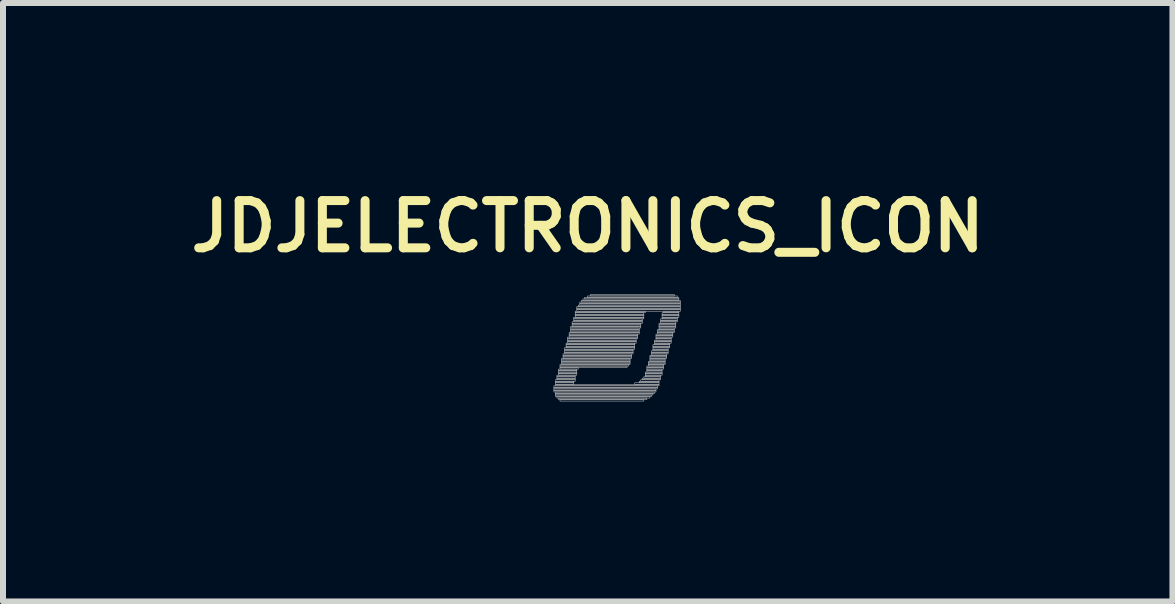
<source format=kicad_pcb>
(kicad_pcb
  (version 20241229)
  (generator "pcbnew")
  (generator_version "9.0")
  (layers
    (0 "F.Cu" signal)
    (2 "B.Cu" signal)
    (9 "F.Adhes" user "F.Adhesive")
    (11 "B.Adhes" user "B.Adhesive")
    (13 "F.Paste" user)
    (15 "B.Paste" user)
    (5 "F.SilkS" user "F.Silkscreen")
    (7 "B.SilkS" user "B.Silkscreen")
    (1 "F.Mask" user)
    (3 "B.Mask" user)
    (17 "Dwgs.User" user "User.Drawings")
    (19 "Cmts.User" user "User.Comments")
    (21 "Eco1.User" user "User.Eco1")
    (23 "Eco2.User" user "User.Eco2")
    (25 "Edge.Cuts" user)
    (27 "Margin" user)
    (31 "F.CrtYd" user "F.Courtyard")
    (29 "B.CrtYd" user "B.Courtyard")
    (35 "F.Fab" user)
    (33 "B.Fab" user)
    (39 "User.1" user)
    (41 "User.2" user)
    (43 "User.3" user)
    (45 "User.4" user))
  (footprint "JDJELECTRONICS_ICON"
    (layer "F.Cu")
    (at 6.245 3.724)
    (property "Reference" "JDJELECTRONICS_ICON" (at 0.5 -3 0) (layer "F.SilkS") (effects (font (size 0.787 0.787) (thickness 0.15))))
    (attr smd)
    (fp_poly (pts (xy -0.064 -0.343) (xy 1.664 -0.343) (xy 1.664 -0.318) (xy -0.064 -0.318)) (stroke (width 0.01) (type solid)) (fill yes) (layer "F.Mask"))
    (fp_poly (pts (xy -0.064 -0.318) (xy 1.664 -0.318) (xy 1.664 -0.292) (xy -0.064 -0.292)) (stroke (width 0.01) (type solid)) (fill yes) (layer "F.Mask"))
    (fp_poly (pts (xy -0.064 -0.292) (xy 1.638 -0.292) (xy 1.638 -0.267) (xy -0.064 -0.267)) (stroke (width 0.01) (type solid)) (fill yes) (layer "F.Mask"))
    (fp_poly (pts (xy -0.064 -0.267) (xy 1.638 -0.267) (xy 1.638 -0.241) (xy -0.064 -0.241)) (stroke (width 0.01) (type solid)) (fill yes) (layer "F.Mask"))
    (fp_poly (pts (xy -0.038 -0.445) (xy 0.292 -0.445) (xy 0.292 -0.419) (xy -0.038 -0.419)) (stroke (width 0.01) (type solid)) (fill yes) (layer "F.Mask"))
    (fp_poly (pts (xy -0.038 -0.419) (xy 0.267 -0.419) (xy 0.267 -0.394) (xy -0.038 -0.394)) (stroke (width 0.01) (type solid)) (fill yes) (layer "F.Mask"))
    (fp_poly (pts (xy -0.038 -0.394) (xy 0.267 -0.394) (xy 0.267 -0.368) (xy -0.038 -0.368)) (stroke (width 0.01) (type solid)) (fill yes) (layer "F.Mask"))
    (fp_poly (pts (xy -0.038 -0.368) (xy 1.689 -0.368) (xy 1.689 -0.343) (xy -0.038 -0.343)) (stroke (width 0.01) (type solid)) (fill yes) (layer "F.Mask"))
    (fp_poly (pts (xy -0.038 -0.241) (xy 1.613 -0.241) (xy 1.613 -0.216) (xy -0.038 -0.216)) (stroke (width 0.01) (type solid)) (fill yes) (layer "F.Mask"))
    (fp_poly (pts (xy -0.038 -0.216) (xy 1.587 -0.216) (xy 1.587 -0.191) (xy -0.038 -0.191)) (stroke (width 0.01) (type solid)) (fill yes) (layer "F.Mask"))
    (fp_poly (pts (xy -0.038 -0.191) (xy 1.562 -0.191) (xy 1.562 -0.165) (xy -0.038 -0.165)) (stroke (width 0.01) (type solid)) (fill yes) (layer "F.Mask"))
    (fp_poly (pts (xy -0.013 -0.521) (xy 0.292 -0.521) (xy 0.292 -0.495) (xy -0.013 -0.495)) (stroke (width 0.01) (type solid)) (fill yes) (layer "F.Mask"))
    (fp_poly (pts (xy -0.013 -0.495) (xy 0.292 -0.495) (xy 0.292 -0.47) (xy -0.013 -0.47)) (stroke (width 0.01) (type solid)) (fill yes) (layer "F.Mask"))
    (fp_poly (pts (xy -0.013 -0.47) (xy 0.292 -0.47) (xy 0.292 -0.445) (xy -0.013 -0.445)) (stroke (width 0.01) (type solid)) (fill yes) (layer "F.Mask"))
    (fp_poly (pts (xy -0.013 -0.165) (xy 1.537 -0.165) (xy 1.537 -0.14) (xy -0.013 -0.14)) (stroke (width 0.01) (type solid)) (fill yes) (layer "F.Mask"))
    (fp_poly (pts (xy 0.013 -0.622) (xy 0.318 -0.622) (xy 0.318 -0.597) (xy 0.013 -0.597)) (stroke (width 0.01) (type solid)) (fill yes) (layer "F.Mask"))
    (fp_poly (pts (xy 0.013 -0.597) (xy 0.318 -0.597) (xy 0.318 -0.572) (xy 0.013 -0.572)) (stroke (width 0.01) (type solid)) (fill yes) (layer "F.Mask"))
    (fp_poly (pts (xy 0.013 -0.572) (xy 0.318 -0.572) (xy 0.318 -0.546) (xy 0.013 -0.546)) (stroke (width 0.01) (type solid)) (fill yes) (layer "F.Mask"))
    (fp_poly (pts (xy 0.013 -0.546) (xy 0.318 -0.546) (xy 0.318 -0.521) (xy 0.013 -0.521)) (stroke (width 0.01) (type solid)) (fill yes) (layer "F.Mask"))
    (fp_poly (pts (xy 0.013 -0.14) (xy 1.486 -0.14) (xy 1.486 -0.114) (xy 0.013 -0.114)) (stroke (width 0.01) (type solid)) (fill yes) (layer "F.Mask"))
    (fp_poly (pts (xy 0.038 -0.699) (xy 1.181 -0.699) (xy 1.181 -0.673) (xy 0.038 -0.673)) (stroke (width 0.01) (type solid)) (fill yes) (layer "F.Mask"))
    (fp_poly (pts (xy 0.038 -0.673) (xy 1.156 -0.673) (xy 1.156 -0.648) (xy 0.038 -0.648)) (stroke (width 0.01) (type solid)) (fill yes) (layer "F.Mask"))
    (fp_poly (pts (xy 0.038 -0.648) (xy 0.343 -0.648) (xy 0.343 -0.622) (xy 0.038 -0.622)) (stroke (width 0.01) (type solid)) (fill yes) (layer "F.Mask"))
    (fp_poly (pts (xy 0.038 -0.114) (xy 1.435 -0.114) (xy 1.435 -0.089) (xy 0.038 -0.089)) (stroke (width 0.01) (type solid)) (fill yes) (layer "F.Mask"))
    (fp_poly (pts (xy 0.064 -0.8) (xy 1.206 -0.8) (xy 1.206 -0.775) (xy 0.064 -0.775)) (stroke (width 0.01) (type solid)) (fill yes) (layer "F.Mask"))
    (fp_poly (pts (xy 0.064 -0.775) (xy 1.206 -0.775) (xy 1.206 -0.749) (xy 0.064 -0.749)) (stroke (width 0.01) (type solid)) (fill yes) (layer "F.Mask"))
    (fp_poly (pts (xy 0.064 -0.749) (xy 1.206 -0.749) (xy 1.206 -0.724) (xy 0.064 -0.724)) (stroke (width 0.01) (type solid)) (fill yes) (layer "F.Mask"))
    (fp_poly (pts (xy 0.064 -0.724) (xy 1.206 -0.724) (xy 1.206 -0.699) (xy 0.064 -0.699)) (stroke (width 0.01) (type solid)) (fill yes) (layer "F.Mask"))
    (fp_poly (pts (xy 0.089 -0.876) (xy 1.232 -0.876) (xy 1.232 -0.851) (xy 0.089 -0.851)) (stroke (width 0.01) (type solid)) (fill yes) (layer "F.Mask"))
    (fp_poly (pts (xy 0.089 -0.851) (xy 1.232 -0.851) (xy 1.232 -0.826) (xy 0.089 -0.826)) (stroke (width 0.01) (type solid)) (fill yes) (layer "F.Mask"))
    (fp_poly (pts (xy 0.089 -0.826) (xy 1.232 -0.826) (xy 1.232 -0.8) (xy 0.089 -0.8)) (stroke (width 0.01) (type solid)) (fill yes) (layer "F.Mask"))
    (fp_poly (pts (xy 0.114 -0.978) (xy 1.283 -0.978) (xy 1.283 -0.953) (xy 0.114 -0.953)) (stroke (width 0.01) (type solid)) (fill yes) (layer "F.Mask"))
    (fp_poly (pts (xy 0.114 -0.953) (xy 1.257 -0.953) (xy 1.257 -0.927) (xy 0.114 -0.927)) (stroke (width 0.01) (type solid)) (fill yes) (layer "F.Mask"))
    (fp_poly (pts (xy 0.114 -0.927) (xy 1.257 -0.927) (xy 1.257 -0.902) (xy 0.114 -0.902)) (stroke (width 0.01) (type solid)) (fill yes) (layer "F.Mask"))
    (fp_poly (pts (xy 0.114 -0.902) (xy 1.257 -0.902) (xy 1.257 -0.876) (xy 0.114 -0.876)) (stroke (width 0.01) (type solid)) (fill yes) (layer "F.Mask"))
    (fp_poly (pts (xy 0.14 -1.054) (xy 1.283 -1.054) (xy 1.283 -1.029) (xy 0.14 -1.029)) (stroke (width 0.01) (type solid)) (fill yes) (layer "F.Mask"))
    (fp_poly (pts (xy 0.14 -1.029) (xy 1.283 -1.029) (xy 1.283 -1.003) (xy 0.14 -1.003)) (stroke (width 0.01) (type solid)) (fill yes) (layer "F.Mask"))
    (fp_poly (pts (xy 0.14 -1.003) (xy 1.283 -1.003) (xy 1.283 -0.978) (xy 0.14 -0.978)) (stroke (width 0.01) (type solid)) (fill yes) (layer "F.Mask"))
    (fp_poly (pts (xy 0.165 -1.156) (xy 1.333 -1.156) (xy 1.333 -1.13) (xy 0.165 -1.13)) (stroke (width 0.01) (type solid)) (fill yes) (layer "F.Mask"))
    (fp_poly (pts (xy 0.165 -1.13) (xy 1.308 -1.13) (xy 1.308 -1.105) (xy 0.165 -1.105)) (stroke (width 0.01) (type solid)) (fill yes) (layer "F.Mask"))
    (fp_poly (pts (xy 0.165 -1.105) (xy 1.308 -1.105) (xy 1.308 -1.079) (xy 0.165 -1.079)) (stroke (width 0.01) (type solid)) (fill yes) (layer "F.Mask"))
    (fp_poly (pts (xy 0.165 -1.079) (xy 1.308 -1.079) (xy 1.308 -1.054) (xy 0.165 -1.054)) (stroke (width 0.01) (type solid)) (fill yes) (layer "F.Mask"))
    (fp_poly (pts (xy 0.191 -1.232) (xy 1.359 -1.232) (xy 1.359 -1.206) (xy 0.191 -1.206)) (stroke (width 0.01) (type solid)) (fill yes) (layer "F.Mask"))
    (fp_poly (pts (xy 0.191 -1.206) (xy 1.333 -1.206) (xy 1.333 -1.181) (xy 0.191 -1.181)) (stroke (width 0.01) (type solid)) (fill yes) (layer "F.Mask"))
    (fp_poly (pts (xy 0.191 -1.181) (xy 1.333 -1.181) (xy 1.333 -1.156) (xy 0.191 -1.156)) (stroke (width 0.01) (type solid)) (fill yes) (layer "F.Mask"))
    (fp_poly (pts (xy 0.216 -1.333) (xy 1.384 -1.333) (xy 1.384 -1.308) (xy 0.216 -1.308)) (stroke (width 0.01) (type solid)) (fill yes) (layer "F.Mask"))
    (fp_poly (pts (xy 0.216 -1.308) (xy 1.359 -1.308) (xy 1.359 -1.283) (xy 0.216 -1.283)) (stroke (width 0.01) (type solid)) (fill yes) (layer "F.Mask"))
    (fp_poly (pts (xy 0.216 -1.283) (xy 1.359 -1.283) (xy 1.359 -1.257) (xy 0.216 -1.257)) (stroke (width 0.01) (type solid)) (fill yes) (layer "F.Mask"))
    (fp_poly (pts (xy 0.216 -1.257) (xy 1.359 -1.257) (xy 1.359 -1.232) (xy 0.216 -1.232)) (stroke (width 0.01) (type solid)) (fill yes) (layer "F.Mask"))
    (fp_poly (pts (xy 0.241 -1.41) (xy 1.41 -1.41) (xy 1.41 -1.384) (xy 0.241 -1.384)) (stroke (width 0.01) (type solid)) (fill yes) (layer "F.Mask"))
    (fp_poly (pts (xy 0.241 -1.384) (xy 1.384 -1.384) (xy 1.384 -1.359) (xy 0.241 -1.359)) (stroke (width 0.01) (type solid)) (fill yes) (layer "F.Mask"))
    (fp_poly (pts (xy 0.241 -1.359) (xy 1.384 -1.359) (xy 1.384 -1.333) (xy 0.241 -1.333)) (stroke (width 0.01) (type solid)) (fill yes) (layer "F.Mask"))
    (fp_poly (pts (xy 0.267 -1.486) (xy 1.435 -1.486) (xy 1.435 -1.46) (xy 0.267 -1.46)) (stroke (width 0.01) (type solid)) (fill yes) (layer "F.Mask"))
    (fp_poly (pts (xy 0.267 -1.46) (xy 1.41 -1.46) (xy 1.41 -1.435) (xy 0.267 -1.435)) (stroke (width 0.01) (type solid)) (fill yes) (layer "F.Mask"))
    (fp_poly (pts (xy 0.267 -1.435) (xy 1.41 -1.435) (xy 1.41 -1.41) (xy 0.267 -1.41)) (stroke (width 0.01) (type solid)) (fill yes) (layer "F.Mask"))
    (fp_poly (pts (xy 0.292 -1.587) (xy 1.46 -1.587) (xy 1.46 -1.562) (xy 0.292 -1.562)) (stroke (width 0.01) (type solid)) (fill yes) (layer "F.Mask"))
    (fp_poly (pts (xy 0.292 -1.562) (xy 1.435 -1.562) (xy 1.435 -1.537) (xy 0.292 -1.537)) (stroke (width 0.01) (type solid)) (fill yes) (layer "F.Mask"))
    (fp_poly (pts (xy 0.292 -1.537) (xy 1.435 -1.537) (xy 1.435 -1.511) (xy 0.292 -1.511)) (stroke (width 0.01) (type solid)) (fill yes) (layer "F.Mask"))
    (fp_poly (pts (xy 0.292 -1.511) (xy 1.435 -1.511) (xy 1.435 -1.486) (xy 0.292 -1.486)) (stroke (width 0.01) (type solid)) (fill yes) (layer "F.Mask"))
    (fp_poly (pts (xy 0.318 -1.664) (xy 2.045 -1.664) (xy 2.045 -1.638) (xy 0.318 -1.638)) (stroke (width 0.01) (type solid)) (fill yes) (layer "F.Mask"))
    (fp_poly (pts (xy 0.318 -1.638) (xy 2.045 -1.638) (xy 2.045 -1.613) (xy 0.318 -1.613)) (stroke (width 0.01) (type solid)) (fill yes) (layer "F.Mask"))
    (fp_poly (pts (xy 0.318 -1.613) (xy 2.045 -1.613) (xy 2.045 -1.587) (xy 0.318 -1.587)) (stroke (width 0.01) (type solid)) (fill yes) (layer "F.Mask"))
    (fp_poly (pts (xy 0.343 -1.689) (xy 2.045 -1.689) (xy 2.045 -1.664) (xy 0.343 -1.664)) (stroke (width 0.01) (type solid)) (fill yes) (layer "F.Mask"))
    (fp_poly (pts (xy 0.368 -1.74) (xy 2.045 -1.74) (xy 2.045 -1.714) (xy 0.368 -1.714)) (stroke (width 0.01) (type solid)) (fill yes) (layer "F.Mask"))
    (fp_poly (pts (xy 0.368 -1.714) (xy 2.045 -1.714) (xy 2.045 -1.689) (xy 0.368 -1.689)) (stroke (width 0.01) (type solid)) (fill yes) (layer "F.Mask"))
    (fp_poly (pts (xy 0.394 -1.765) (xy 2.045 -1.765) (xy 2.045 -1.74) (xy 0.394 -1.74)) (stroke (width 0.01) (type solid)) (fill yes) (layer "F.Mask"))
    (fp_poly (pts (xy 0.419 -1.791) (xy 2.019 -1.791) (xy 2.019 -1.765) (xy 0.419 -1.765)) (stroke (width 0.01) (type solid)) (fill yes) (layer "F.Mask"))
    (fp_poly (pts (xy 0.445 -1.816) (xy 2.019 -1.816) (xy 2.019 -1.791) (xy 0.445 -1.791)) (stroke (width 0.01) (type solid)) (fill yes) (layer "F.Mask"))
    (fp_poly (pts (xy 0.495 -1.841) (xy 1.994 -1.841) (xy 1.994 -1.816) (xy 0.495 -1.816)) (stroke (width 0.01) (type solid)) (fill yes) (layer "F.Mask"))
    (fp_poly (pts (xy 0.546 -1.867) (xy 1.943 -1.867) (xy 1.943 -1.841) (xy 0.546 -1.841)) (stroke (width 0.01) (type solid)) (fill yes) (layer "F.Mask"))
    (fp_poly (pts (xy 1.283 -0.394) (xy 1.689 -0.394) (xy 1.689 -0.368) (xy 1.283 -0.368)) (stroke (width 0.01) (type solid)) (fill yes) (layer "F.Mask"))
    (fp_poly (pts (xy 1.359 -0.419) (xy 1.689 -0.419) (xy 1.689 -0.394) (xy 1.359 -0.394)) (stroke (width 0.01) (type solid)) (fill yes) (layer "F.Mask"))
    (fp_poly (pts (xy 1.384 -0.445) (xy 1.689 -0.445) (xy 1.689 -0.419) (xy 1.384 -0.419)) (stroke (width 0.01) (type solid)) (fill yes) (layer "F.Mask"))
    (fp_poly (pts (xy 1.41 -0.47) (xy 1.714 -0.47) (xy 1.714 -0.445) (xy 1.41 -0.445)) (stroke (width 0.01) (type solid)) (fill yes) (layer "F.Mask"))
    (fp_poly (pts (xy 1.435 -0.495) (xy 1.714 -0.495) (xy 1.714 -0.47) (xy 1.435 -0.47)) (stroke (width 0.01) (type solid)) (fill yes) (layer "F.Mask"))
    (fp_poly (pts (xy 1.46 -0.572) (xy 1.74 -0.572) (xy 1.74 -0.546) (xy 1.46 -0.546)) (stroke (width 0.01) (type solid)) (fill yes) (layer "F.Mask"))
    (fp_poly (pts (xy 1.46 -0.546) (xy 1.74 -0.546) (xy 1.74 -0.521) (xy 1.46 -0.521)) (stroke (width 0.01) (type solid)) (fill yes) (layer "F.Mask"))
    (fp_poly (pts (xy 1.46 -0.521) (xy 1.714 -0.521) (xy 1.714 -0.495) (xy 1.46 -0.495)) (stroke (width 0.01) (type solid)) (fill yes) (layer "F.Mask"))
    (fp_poly (pts (xy 1.486 -0.673) (xy 1.765 -0.673) (xy 1.765 -0.648) (xy 1.486 -0.648)) (stroke (width 0.01) (type solid)) (fill yes) (layer "F.Mask"))
    (fp_poly (pts (xy 1.486 -0.648) (xy 1.765 -0.648) (xy 1.765 -0.622) (xy 1.486 -0.622)) (stroke (width 0.01) (type solid)) (fill yes) (layer "F.Mask"))
    (fp_poly (pts (xy 1.486 -0.622) (xy 1.74 -0.622) (xy 1.74 -0.597) (xy 1.486 -0.597)) (stroke (width 0.01) (type solid)) (fill yes) (layer "F.Mask"))
    (fp_poly (pts (xy 1.486 -0.597) (xy 1.74 -0.597) (xy 1.74 -0.572) (xy 1.486 -0.572)) (stroke (width 0.01) (type solid)) (fill yes) (layer "F.Mask"))
    (fp_poly (pts (xy 1.511 -0.749) (xy 1.791 -0.749) (xy 1.791 -0.724) (xy 1.511 -0.724)) (stroke (width 0.01) (type solid)) (fill yes) (layer "F.Mask"))
    (fp_poly (pts (xy 1.511 -0.724) (xy 1.791 -0.724) (xy 1.791 -0.699) (xy 1.511 -0.699)) (stroke (width 0.01) (type solid)) (fill yes) (layer "F.Mask"))
    (fp_poly (pts (xy 1.511 -0.699) (xy 1.765 -0.699) (xy 1.765 -0.673) (xy 1.511 -0.673)) (stroke (width 0.01) (type solid)) (fill yes) (layer "F.Mask"))
    (fp_poly (pts (xy 1.537 -0.851) (xy 1.816 -0.851) (xy 1.816 -0.826) (xy 1.537 -0.826)) (stroke (width 0.01) (type solid)) (fill yes) (layer "F.Mask"))
    (fp_poly (pts (xy 1.537 -0.826) (xy 1.816 -0.826) (xy 1.816 -0.8) (xy 1.537 -0.8)) (stroke (width 0.01) (type solid)) (fill yes) (layer "F.Mask"))
    (fp_poly (pts (xy 1.537 -0.8) (xy 1.791 -0.8) (xy 1.791 -0.775) (xy 1.537 -0.775)) (stroke (width 0.01) (type solid)) (fill yes) (layer "F.Mask"))
    (fp_poly (pts (xy 1.537 -0.775) (xy 1.791 -0.775) (xy 1.791 -0.749) (xy 1.537 -0.749)) (stroke (width 0.01) (type solid)) (fill yes) (layer "F.Mask"))
    (fp_poly (pts (xy 1.562 -0.927) (xy 1.841 -0.927) (xy 1.841 -0.902) (xy 1.562 -0.902)) (stroke (width 0.01) (type solid)) (fill yes) (layer "F.Mask"))
    (fp_poly (pts (xy 1.562 -0.902) (xy 1.841 -0.902) (xy 1.841 -0.876) (xy 1.562 -0.876)) (stroke (width 0.01) (type solid)) (fill yes) (layer "F.Mask"))
    (fp_poly (pts (xy 1.562 -0.876) (xy 1.816 -0.876) (xy 1.816 -0.851) (xy 1.562 -0.851)) (stroke (width 0.01) (type solid)) (fill yes) (layer "F.Mask"))
    (fp_poly (pts (xy 1.587 -1.029) (xy 1.867 -1.029) (xy 1.867 -1.003) (xy 1.587 -1.003)) (stroke (width 0.01) (type solid)) (fill yes) (layer "F.Mask"))
    (fp_poly (pts (xy 1.587 -1.003) (xy 1.867 -1.003) (xy 1.867 -0.978) (xy 1.587 -0.978)) (stroke (width 0.01) (type solid)) (fill yes) (layer "F.Mask"))
    (fp_poly (pts (xy 1.587 -0.978) (xy 1.841 -0.978) (xy 1.841 -0.953) (xy 1.587 -0.953)) (stroke (width 0.01) (type solid)) (fill yes) (layer "F.Mask"))
    (fp_poly (pts (xy 1.587 -0.953) (xy 1.841 -0.953) (xy 1.841 -0.927) (xy 1.587 -0.927)) (stroke (width 0.01) (type solid)) (fill yes) (layer "F.Mask"))
    (fp_poly (pts (xy 1.613 -1.105) (xy 1.892 -1.105) (xy 1.892 -1.079) (xy 1.613 -1.079)) (stroke (width 0.01) (type solid)) (fill yes) (layer "F.Mask"))
    (fp_poly (pts (xy 1.613 -1.079) (xy 1.892 -1.079) (xy 1.892 -1.054) (xy 1.613 -1.054)) (stroke (width 0.01) (type solid)) (fill yes) (layer "F.Mask"))
    (fp_poly (pts (xy 1.613 -1.054) (xy 1.867 -1.054) (xy 1.867 -1.029) (xy 1.613 -1.029)) (stroke (width 0.01) (type solid)) (fill yes) (layer "F.Mask"))
    (fp_poly (pts (xy 1.638 -1.206) (xy 1.918 -1.206) (xy 1.918 -1.181) (xy 1.638 -1.181)) (stroke (width 0.01) (type solid)) (fill yes) (layer "F.Mask"))
    (fp_poly (pts (xy 1.638 -1.181) (xy 1.918 -1.181) (xy 1.918 -1.156) (xy 1.638 -1.156)) (stroke (width 0.01) (type solid)) (fill yes) (layer "F.Mask"))
    (fp_poly (pts (xy 1.638 -1.156) (xy 1.892 -1.156) (xy 1.892 -1.13) (xy 1.638 -1.13)) (stroke (width 0.01) (type solid)) (fill yes) (layer "F.Mask"))
    (fp_poly (pts (xy 1.638 -1.13) (xy 1.892 -1.13) (xy 1.892 -1.105) (xy 1.638 -1.105)) (stroke (width 0.01) (type solid)) (fill yes) (layer "F.Mask"))
    (fp_poly (pts (xy 1.664 -1.283) (xy 1.943 -1.283) (xy 1.943 -1.257) (xy 1.664 -1.257)) (stroke (width 0.01) (type solid)) (fill yes) (layer "F.Mask"))
    (fp_poly (pts (xy 1.664 -1.257) (xy 1.943 -1.257) (xy 1.943 -1.232) (xy 1.664 -1.232)) (stroke (width 0.01) (type solid)) (fill yes) (layer "F.Mask"))
    (fp_poly (pts (xy 1.664 -1.232) (xy 1.918 -1.232) (xy 1.918 -1.206) (xy 1.664 -1.206)) (stroke (width 0.01) (type solid)) (fill yes) (layer "F.Mask"))
    (fp_poly (pts (xy 1.689 -1.384) (xy 1.968 -1.384) (xy 1.968 -1.359) (xy 1.689 -1.359)) (stroke (width 0.01) (type solid)) (fill yes) (layer "F.Mask"))
    (fp_poly (pts (xy 1.689 -1.359) (xy 1.968 -1.359) (xy 1.968 -1.333) (xy 1.689 -1.333)) (stroke (width 0.01) (type solid)) (fill yes) (layer "F.Mask"))
    (fp_poly (pts (xy 1.689 -1.333) (xy 1.968 -1.333) (xy 1.968 -1.308) (xy 1.689 -1.308)) (stroke (width 0.01) (type solid)) (fill yes) (layer "F.Mask"))
    (fp_poly (pts (xy 1.689 -1.308) (xy 1.943 -1.308) (xy 1.943 -1.283) (xy 1.689 -1.283)) (stroke (width 0.01) (type solid)) (fill yes) (layer "F.Mask"))
    (fp_poly (pts (xy 1.714 -1.46) (xy 1.994 -1.46) (xy 1.994 -1.435) (xy 1.714 -1.435)) (stroke (width 0.01) (type solid)) (fill yes) (layer "F.Mask"))
    (fp_poly (pts (xy 1.714 -1.435) (xy 1.994 -1.435) (xy 1.994 -1.41) (xy 1.714 -1.41)) (stroke (width 0.01) (type solid)) (fill yes) (layer "F.Mask"))
    (fp_poly (pts (xy 1.714 -1.41) (xy 1.968 -1.41) (xy 1.968 -1.384) (xy 1.714 -1.384)) (stroke (width 0.01) (type solid)) (fill yes) (layer "F.Mask"))
    (fp_poly (pts (xy 1.74 -1.562) (xy 2.019 -1.562) (xy 2.019 -1.537) (xy 1.74 -1.537)) (stroke (width 0.01) (type solid)) (fill yes) (layer "F.Mask"))
    (fp_poly (pts (xy 1.74 -1.537) (xy 2.019 -1.537) (xy 2.019 -1.511) (xy 1.74 -1.511)) (stroke (width 0.01) (type solid)) (fill yes) (layer "F.Mask"))
    (fp_poly (pts (xy 1.74 -1.511) (xy 2.019 -1.511) (xy 2.019 -1.486) (xy 1.74 -1.486)) (stroke (width 0.01) (type solid)) (fill yes) (layer "F.Mask"))
    (fp_poly (pts (xy 1.74 -1.486) (xy 1.994 -1.486) (xy 1.994 -1.46) (xy 1.74 -1.46)) (stroke (width 0.01) (type solid)) (fill yes) (layer "F.Mask"))
    (fp_poly (pts (xy 1.765 -1.587) (xy 2.019 -1.587) (xy 2.019 -1.562) (xy 1.765 -1.562)) (stroke (width 0.01) (type solid)) (fill yes) (layer "F.Mask"))
    (fp_poly (pts (xy -0.064 -0.343) (xy 1.664 -0.343) (xy 1.664 -0.318) (xy -0.064 -0.318)) (stroke (width 0.01) (type solid)) (fill no) (layer "F.Fab"))
    (fp_poly (pts (xy -0.064 -0.318) (xy 1.664 -0.318) (xy 1.664 -0.292) (xy -0.064 -0.292)) (stroke (width 0.01) (type solid)) (fill no) (layer "F.Fab"))
    (fp_poly (pts (xy -0.064 -0.292) (xy 1.638 -0.292) (xy 1.638 -0.267) (xy -0.064 -0.267)) (stroke (width 0.01) (type solid)) (fill no) (layer "F.Fab"))
    (fp_poly (pts (xy -0.064 -0.267) (xy 1.638 -0.267) (xy 1.638 -0.241) (xy -0.064 -0.241)) (stroke (width 0.01) (type solid)) (fill no) (layer "F.Fab"))
    (fp_poly (pts (xy -0.038 -0.445) (xy 0.292 -0.445) (xy 0.292 -0.419) (xy -0.038 -0.419)) (stroke (width 0.01) (type solid)) (fill no) (layer "F.Fab"))
    (fp_poly (pts (xy -0.038 -0.419) (xy 0.267 -0.419) (xy 0.267 -0.394) (xy -0.038 -0.394)) (stroke (width 0.01) (type solid)) (fill no) (layer "F.Fab"))
    (fp_poly (pts (xy -0.038 -0.394) (xy 0.267 -0.394) (xy 0.267 -0.368) (xy -0.038 -0.368)) (stroke (width 0.01) (type solid)) (fill no) (layer "F.Fab"))
    (fp_poly (pts (xy -0.038 -0.368) (xy 1.689 -0.368) (xy 1.689 -0.343) (xy -0.038 -0.343)) (stroke (width 0.01) (type solid)) (fill no) (layer "F.Fab"))
    (fp_poly (pts (xy -0.038 -0.241) (xy 1.613 -0.241) (xy 1.613 -0.216) (xy -0.038 -0.216)) (stroke (width 0.01) (type solid)) (fill no) (layer "F.Fab"))
    (fp_poly (pts (xy -0.038 -0.216) (xy 1.587 -0.216) (xy 1.587 -0.191) (xy -0.038 -0.191)) (stroke (width 0.01) (type solid)) (fill no) (layer "F.Fab"))
    (fp_poly (pts (xy -0.038 -0.191) (xy 1.562 -0.191) (xy 1.562 -0.165) (xy -0.038 -0.165)) (stroke (width 0.01) (type solid)) (fill no) (layer "F.Fab"))
    (fp_poly (pts (xy -0.013 -0.521) (xy 0.292 -0.521) (xy 0.292 -0.495) (xy -0.013 -0.495)) (stroke (width 0.01) (type solid)) (fill no) (layer "F.Fab"))
    (fp_poly (pts (xy -0.013 -0.495) (xy 0.292 -0.495) (xy 0.292 -0.47) (xy -0.013 -0.47)) (stroke (width 0.01) (type solid)) (fill no) (layer "F.Fab"))
    (fp_poly (pts (xy -0.013 -0.47) (xy 0.292 -0.47) (xy 0.292 -0.445) (xy -0.013 -0.445)) (stroke (width 0.01) (type solid)) (fill no) (layer "F.Fab"))
    (fp_poly (pts (xy -0.013 -0.165) (xy 1.537 -0.165) (xy 1.537 -0.14) (xy -0.013 -0.14)) (stroke (width 0.01) (type solid)) (fill no) (layer "F.Fab"))
    (fp_poly (pts (xy 0.013 -0.622) (xy 0.318 -0.622) (xy 0.318 -0.597) (xy 0.013 -0.597)) (stroke (width 0.01) (type solid)) (fill no) (layer "F.Fab"))
    (fp_poly (pts (xy 0.013 -0.597) (xy 0.318 -0.597) (xy 0.318 -0.572) (xy 0.013 -0.572)) (stroke (width 0.01) (type solid)) (fill no) (layer "F.Fab"))
    (fp_poly (pts (xy 0.013 -0.572) (xy 0.318 -0.572) (xy 0.318 -0.546) (xy 0.013 -0.546)) (stroke (width 0.01) (type solid)) (fill no) (layer "F.Fab"))
    (fp_poly (pts (xy 0.013 -0.546) (xy 0.318 -0.546) (xy 0.318 -0.521) (xy 0.013 -0.521)) (stroke (width 0.01) (type solid)) (fill no) (layer "F.Fab"))
    (fp_poly (pts (xy 0.013 -0.14) (xy 1.486 -0.14) (xy 1.486 -0.114) (xy 0.013 -0.114)) (stroke (width 0.01) (type solid)) (fill no) (layer "F.Fab"))
    (fp_poly (pts (xy 0.038 -0.699) (xy 1.181 -0.699) (xy 1.181 -0.673) (xy 0.038 -0.673)) (stroke (width 0.01) (type solid)) (fill no) (layer "F.Fab"))
    (fp_poly (pts (xy 0.038 -0.673) (xy 1.156 -0.673) (xy 1.156 -0.648) (xy 0.038 -0.648)) (stroke (width 0.01) (type solid)) (fill no) (layer "F.Fab"))
    (fp_poly (pts (xy 0.038 -0.648) (xy 0.343 -0.648) (xy 0.343 -0.622) (xy 0.038 -0.622)) (stroke (width 0.01) (type solid)) (fill no) (layer "F.Fab"))
    (fp_poly (pts (xy 0.038 -0.114) (xy 1.435 -0.114) (xy 1.435 -0.089) (xy 0.038 -0.089)) (stroke (width 0.01) (type solid)) (fill no) (layer "F.Fab"))
    (fp_poly (pts (xy 0.064 -0.8) (xy 1.206 -0.8) (xy 1.206 -0.775) (xy 0.064 -0.775)) (stroke (width 0.01) (type solid)) (fill no) (layer "F.Fab"))
    (fp_poly (pts (xy 0.064 -0.775) (xy 1.206 -0.775) (xy 1.206 -0.749) (xy 0.064 -0.749)) (stroke (width 0.01) (type solid)) (fill no) (layer "F.Fab"))
    (fp_poly (pts (xy 0.064 -0.749) (xy 1.206 -0.749) (xy 1.206 -0.724) (xy 0.064 -0.724)) (stroke (width 0.01) (type solid)) (fill no) (layer "F.Fab"))
    (fp_poly (pts (xy 0.064 -0.724) (xy 1.206 -0.724) (xy 1.206 -0.699) (xy 0.064 -0.699)) (stroke (width 0.01) (type solid)) (fill no) (layer "F.Fab"))
    (fp_poly (pts (xy 0.089 -0.876) (xy 1.232 -0.876) (xy 1.232 -0.851) (xy 0.089 -0.851)) (stroke (width 0.01) (type solid)) (fill no) (layer "F.Fab"))
    (fp_poly (pts (xy 0.089 -0.851) (xy 1.232 -0.851) (xy 1.232 -0.826) (xy 0.089 -0.826)) (stroke (width 0.01) (type solid)) (fill no) (layer "F.Fab"))
    (fp_poly (pts (xy 0.089 -0.826) (xy 1.232 -0.826) (xy 1.232 -0.8) (xy 0.089 -0.8)) (stroke (width 0.01) (type solid)) (fill no) (layer "F.Fab"))
    (fp_poly (pts (xy 0.114 -0.978) (xy 1.283 -0.978) (xy 1.283 -0.953) (xy 0.114 -0.953)) (stroke (width 0.01) (type solid)) (fill no) (layer "F.Fab"))
    (fp_poly (pts (xy 0.114 -0.953) (xy 1.257 -0.953) (xy 1.257 -0.927) (xy 0.114 -0.927)) (stroke (width 0.01) (type solid)) (fill no) (layer "F.Fab"))
    (fp_poly (pts (xy 0.114 -0.927) (xy 1.257 -0.927) (xy 1.257 -0.902) (xy 0.114 -0.902)) (stroke (width 0.01) (type solid)) (fill no) (layer "F.Fab"))
    (fp_poly (pts (xy 0.114 -0.902) (xy 1.257 -0.902) (xy 1.257 -0.876) (xy 0.114 -0.876)) (stroke (width 0.01) (type solid)) (fill no) (layer "F.Fab"))
    (fp_poly (pts (xy 0.14 -1.054) (xy 1.283 -1.054) (xy 1.283 -1.029) (xy 0.14 -1.029)) (stroke (width 0.01) (type solid)) (fill no) (layer "F.Fab"))
    (fp_poly (pts (xy 0.14 -1.029) (xy 1.283 -1.029) (xy 1.283 -1.003) (xy 0.14 -1.003)) (stroke (width 0.01) (type solid)) (fill no) (layer "F.Fab"))
    (fp_poly (pts (xy 0.14 -1.003) (xy 1.283 -1.003) (xy 1.283 -0.978) (xy 0.14 -0.978)) (stroke (width 0.01) (type solid)) (fill no) (layer "F.Fab"))
    (fp_poly (pts (xy 0.165 -1.156) (xy 1.333 -1.156) (xy 1.333 -1.13) (xy 0.165 -1.13)) (stroke (width 0.01) (type solid)) (fill no) (layer "F.Fab"))
    (fp_poly (pts (xy 0.165 -1.13) (xy 1.308 -1.13) (xy 1.308 -1.105) (xy 0.165 -1.105)) (stroke (width 0.01) (type solid)) (fill no) (layer "F.Fab"))
    (fp_poly (pts (xy 0.165 -1.105) (xy 1.308 -1.105) (xy 1.308 -1.079) (xy 0.165 -1.079)) (stroke (width 0.01) (type solid)) (fill no) (layer "F.Fab"))
    (fp_poly (pts (xy 0.165 -1.079) (xy 1.308 -1.079) (xy 1.308 -1.054) (xy 0.165 -1.054)) (stroke (width 0.01) (type solid)) (fill no) (layer "F.Fab"))
    (fp_poly (pts (xy 0.191 -1.232) (xy 1.359 -1.232) (xy 1.359 -1.206) (xy 0.191 -1.206)) (stroke (width 0.01) (type solid)) (fill no) (layer "F.Fab"))
    (fp_poly (pts (xy 0.191 -1.206) (xy 1.333 -1.206) (xy 1.333 -1.181) (xy 0.191 -1.181)) (stroke (width 0.01) (type solid)) (fill no) (layer "F.Fab"))
    (fp_poly (pts (xy 0.191 -1.181) (xy 1.333 -1.181) (xy 1.333 -1.156) (xy 0.191 -1.156)) (stroke (width 0.01) (type solid)) (fill no) (layer "F.Fab"))
    (fp_poly (pts (xy 0.216 -1.333) (xy 1.384 -1.333) (xy 1.384 -1.308) (xy 0.216 -1.308)) (stroke (width 0.01) (type solid)) (fill no) (layer "F.Fab"))
    (fp_poly (pts (xy 0.216 -1.308) (xy 1.359 -1.308) (xy 1.359 -1.283) (xy 0.216 -1.283)) (stroke (width 0.01) (type solid)) (fill no) (layer "F.Fab"))
    (fp_poly (pts (xy 0.216 -1.283) (xy 1.359 -1.283) (xy 1.359 -1.257) (xy 0.216 -1.257)) (stroke (width 0.01) (type solid)) (fill no) (layer "F.Fab"))
    (fp_poly (pts (xy 0.216 -1.257) (xy 1.359 -1.257) (xy 1.359 -1.232) (xy 0.216 -1.232)) (stroke (width 0.01) (type solid)) (fill no) (layer "F.Fab"))
    (fp_poly (pts (xy 0.241 -1.41) (xy 1.41 -1.41) (xy 1.41 -1.384) (xy 0.241 -1.384)) (stroke (width 0.01) (type solid)) (fill no) (layer "F.Fab"))
    (fp_poly (pts (xy 0.241 -1.384) (xy 1.384 -1.384) (xy 1.384 -1.359) (xy 0.241 -1.359)) (stroke (width 0.01) (type solid)) (fill no) (layer "F.Fab"))
    (fp_poly (pts (xy 0.241 -1.359) (xy 1.384 -1.359) (xy 1.384 -1.333) (xy 0.241 -1.333)) (stroke (width 0.01) (type solid)) (fill no) (layer "F.Fab"))
    (fp_poly (pts (xy 0.267 -1.486) (xy 1.435 -1.486) (xy 1.435 -1.46) (xy 0.267 -1.46)) (stroke (width 0.01) (type solid)) (fill no) (layer "F.Fab"))
    (fp_poly (pts (xy 0.267 -1.46) (xy 1.41 -1.46) (xy 1.41 -1.435) (xy 0.267 -1.435)) (stroke (width 0.01) (type solid)) (fill no) (layer "F.Fab"))
    (fp_poly (pts (xy 0.267 -1.435) (xy 1.41 -1.435) (xy 1.41 -1.41) (xy 0.267 -1.41)) (stroke (width 0.01) (type solid)) (fill no) (layer "F.Fab"))
    (fp_poly (pts (xy 0.292 -1.587) (xy 1.46 -1.587) (xy 1.46 -1.562) (xy 0.292 -1.562)) (stroke (width 0.01) (type solid)) (fill no) (layer "F.Fab"))
    (fp_poly (pts (xy 0.292 -1.562) (xy 1.435 -1.562) (xy 1.435 -1.537) (xy 0.292 -1.537)) (stroke (width 0.01) (type solid)) (fill no) (layer "F.Fab"))
    (fp_poly (pts (xy 0.292 -1.537) (xy 1.435 -1.537) (xy 1.435 -1.511) (xy 0.292 -1.511)) (stroke (width 0.01) (type solid)) (fill no) (layer "F.Fab"))
    (fp_poly (pts (xy 0.292 -1.511) (xy 1.435 -1.511) (xy 1.435 -1.486) (xy 0.292 -1.486)) (stroke (width 0.01) (type solid)) (fill no) (layer "F.Fab"))
    (fp_poly (pts (xy 0.318 -1.664) (xy 2.045 -1.664) (xy 2.045 -1.638) (xy 0.318 -1.638)) (stroke (width 0.01) (type solid)) (fill no) (layer "F.Fab"))
    (fp_poly (pts (xy 0.318 -1.638) (xy 2.045 -1.638) (xy 2.045 -1.613) (xy 0.318 -1.613)) (stroke (width 0.01) (type solid)) (fill no) (layer "F.Fab"))
    (fp_poly (pts (xy 0.318 -1.613) (xy 2.045 -1.613) (xy 2.045 -1.587) (xy 0.318 -1.587)) (stroke (width 0.01) (type solid)) (fill no) (layer "F.Fab"))
    (fp_poly (pts (xy 0.343 -1.689) (xy 2.045 -1.689) (xy 2.045 -1.664) (xy 0.343 -1.664)) (stroke (width 0.01) (type solid)) (fill no) (layer "F.Fab"))
    (fp_poly (pts (xy 0.368 -1.74) (xy 2.045 -1.74) (xy 2.045 -1.714) (xy 0.368 -1.714)) (stroke (width 0.01) (type solid)) (fill no) (layer "F.Fab"))
    (fp_poly (pts (xy 0.368 -1.714) (xy 2.045 -1.714) (xy 2.045 -1.689) (xy 0.368 -1.689)) (stroke (width 0.01) (type solid)) (fill no) (layer "F.Fab"))
    (fp_poly (pts (xy 0.394 -1.765) (xy 2.045 -1.765) (xy 2.045 -1.74) (xy 0.394 -1.74)) (stroke (width 0.01) (type solid)) (fill no) (layer "F.Fab"))
    (fp_poly (pts (xy 0.419 -1.791) (xy 2.019 -1.791) (xy 2.019 -1.765) (xy 0.419 -1.765)) (stroke (width 0.01) (type solid)) (fill no) (layer "F.Fab"))
    (fp_poly (pts (xy 0.445 -1.816) (xy 2.019 -1.816) (xy 2.019 -1.791) (xy 0.445 -1.791)) (stroke (width 0.01) (type solid)) (fill no) (layer "F.Fab"))
    (fp_poly (pts (xy 0.495 -1.841) (xy 1.994 -1.841) (xy 1.994 -1.816) (xy 0.495 -1.816)) (stroke (width 0.01) (type solid)) (fill no) (layer "F.Fab"))
    (fp_poly (pts (xy 0.546 -1.867) (xy 1.943 -1.867) (xy 1.943 -1.841) (xy 0.546 -1.841)) (stroke (width 0.01) (type solid)) (fill no) (layer "F.Fab"))
    (fp_poly (pts (xy 1.283 -0.394) (xy 1.689 -0.394) (xy 1.689 -0.368) (xy 1.283 -0.368)) (stroke (width 0.01) (type solid)) (fill no) (layer "F.Fab"))
    (fp_poly (pts (xy 1.359 -0.419) (xy 1.689 -0.419) (xy 1.689 -0.394) (xy 1.359 -0.394)) (stroke (width 0.01) (type solid)) (fill no) (layer "F.Fab"))
    (fp_poly (pts (xy 1.384 -0.445) (xy 1.689 -0.445) (xy 1.689 -0.419) (xy 1.384 -0.419)) (stroke (width 0.01) (type solid)) (fill no) (layer "F.Fab"))
    (fp_poly (pts (xy 1.41 -0.47) (xy 1.714 -0.47) (xy 1.714 -0.445) (xy 1.41 -0.445)) (stroke (width 0.01) (type solid)) (fill no) (layer "F.Fab"))
    (fp_poly (pts (xy 1.435 -0.495) (xy 1.714 -0.495) (xy 1.714 -0.47) (xy 1.435 -0.47)) (stroke (width 0.01) (type solid)) (fill no) (layer "F.Fab"))
    (fp_poly (pts (xy 1.46 -0.572) (xy 1.74 -0.572) (xy 1.74 -0.546) (xy 1.46 -0.546)) (stroke (width 0.01) (type solid)) (fill no) (layer "F.Fab"))
    (fp_poly (pts (xy 1.46 -0.546) (xy 1.74 -0.546) (xy 1.74 -0.521) (xy 1.46 -0.521)) (stroke (width 0.01) (type solid)) (fill no) (layer "F.Fab"))
    (fp_poly (pts (xy 1.46 -0.521) (xy 1.714 -0.521) (xy 1.714 -0.495) (xy 1.46 -0.495)) (stroke (width 0.01) (type solid)) (fill no) (layer "F.Fab"))
    (fp_poly (pts (xy 1.486 -0.673) (xy 1.765 -0.673) (xy 1.765 -0.648) (xy 1.486 -0.648)) (stroke (width 0.01) (type solid)) (fill no) (layer "F.Fab"))
    (fp_poly (pts (xy 1.486 -0.648) (xy 1.765 -0.648) (xy 1.765 -0.622) (xy 1.486 -0.622)) (stroke (width 0.01) (type solid)) (fill no) (layer "F.Fab"))
    (fp_poly (pts (xy 1.486 -0.622) (xy 1.74 -0.622) (xy 1.74 -0.597) (xy 1.486 -0.597)) (stroke (width 0.01) (type solid)) (fill no) (layer "F.Fab"))
    (fp_poly (pts (xy 1.486 -0.597) (xy 1.74 -0.597) (xy 1.74 -0.572) (xy 1.486 -0.572)) (stroke (width 0.01) (type solid)) (fill no) (layer "F.Fab"))
    (fp_poly (pts (xy 1.511 -0.749) (xy 1.791 -0.749) (xy 1.791 -0.724) (xy 1.511 -0.724)) (stroke (width 0.01) (type solid)) (fill no) (layer "F.Fab"))
    (fp_poly (pts (xy 1.511 -0.724) (xy 1.791 -0.724) (xy 1.791 -0.699) (xy 1.511 -0.699)) (stroke (width 0.01) (type solid)) (fill no) (layer "F.Fab"))
    (fp_poly (pts (xy 1.511 -0.699) (xy 1.765 -0.699) (xy 1.765 -0.673) (xy 1.511 -0.673)) (stroke (width 0.01) (type solid)) (fill no) (layer "F.Fab"))
    (fp_poly (pts (xy 1.537 -0.851) (xy 1.816 -0.851) (xy 1.816 -0.826) (xy 1.537 -0.826)) (stroke (width 0.01) (type solid)) (fill no) (layer "F.Fab"))
    (fp_poly (pts (xy 1.537 -0.826) (xy 1.816 -0.826) (xy 1.816 -0.8) (xy 1.537 -0.8)) (stroke (width 0.01) (type solid)) (fill no) (layer "F.Fab"))
    (fp_poly (pts (xy 1.537 -0.8) (xy 1.791 -0.8) (xy 1.791 -0.775) (xy 1.537 -0.775)) (stroke (width 0.01) (type solid)) (fill no) (layer "F.Fab"))
    (fp_poly (pts (xy 1.537 -0.775) (xy 1.791 -0.775) (xy 1.791 -0.749) (xy 1.537 -0.749)) (stroke (width 0.01) (type solid)) (fill no) (layer "F.Fab"))
    (fp_poly (pts (xy 1.562 -0.927) (xy 1.841 -0.927) (xy 1.841 -0.902) (xy 1.562 -0.902)) (stroke (width 0.01) (type solid)) (fill no) (layer "F.Fab"))
    (fp_poly (pts (xy 1.562 -0.902) (xy 1.841 -0.902) (xy 1.841 -0.876) (xy 1.562 -0.876)) (stroke (width 0.01) (type solid)) (fill no) (layer "F.Fab"))
    (fp_poly (pts (xy 1.562 -0.876) (xy 1.816 -0.876) (xy 1.816 -0.851) (xy 1.562 -0.851)) (stroke (width 0.01) (type solid)) (fill no) (layer "F.Fab"))
    (fp_poly (pts (xy 1.587 -1.029) (xy 1.867 -1.029) (xy 1.867 -1.003) (xy 1.587 -1.003)) (stroke (width 0.01) (type solid)) (fill no) (layer "F.Fab"))
    (fp_poly (pts (xy 1.587 -1.003) (xy 1.867 -1.003) (xy 1.867 -0.978) (xy 1.587 -0.978)) (stroke (width 0.01) (type solid)) (fill no) (layer "F.Fab"))
    (fp_poly (pts (xy 1.587 -0.978) (xy 1.841 -0.978) (xy 1.841 -0.953) (xy 1.587 -0.953)) (stroke (width 0.01) (type solid)) (fill no) (layer "F.Fab"))
    (fp_poly (pts (xy 1.587 -0.953) (xy 1.841 -0.953) (xy 1.841 -0.927) (xy 1.587 -0.927)) (stroke (width 0.01) (type solid)) (fill no) (layer "F.Fab"))
    (fp_poly (pts (xy 1.613 -1.105) (xy 1.892 -1.105) (xy 1.892 -1.079) (xy 1.613 -1.079)) (stroke (width 0.01) (type solid)) (fill no) (layer "F.Fab"))
    (fp_poly (pts (xy 1.613 -1.079) (xy 1.892 -1.079) (xy 1.892 -1.054) (xy 1.613 -1.054)) (stroke (width 0.01) (type solid)) (fill no) (layer "F.Fab"))
    (fp_poly (pts (xy 1.613 -1.054) (xy 1.867 -1.054) (xy 1.867 -1.029) (xy 1.613 -1.029)) (stroke (width 0.01) (type solid)) (fill no) (layer "F.Fab"))
    (fp_poly (pts (xy 1.638 -1.206) (xy 1.918 -1.206) (xy 1.918 -1.181) (xy 1.638 -1.181)) (stroke (width 0.01) (type solid)) (fill no) (layer "F.Fab"))
    (fp_poly (pts (xy 1.638 -1.181) (xy 1.918 -1.181) (xy 1.918 -1.156) (xy 1.638 -1.156)) (stroke (width 0.01) (type solid)) (fill no) (layer "F.Fab"))
    (fp_poly (pts (xy 1.638 -1.156) (xy 1.892 -1.156) (xy 1.892 -1.13) (xy 1.638 -1.13)) (stroke (width 0.01) (type solid)) (fill no) (layer "F.Fab"))
    (fp_poly (pts (xy 1.638 -1.13) (xy 1.892 -1.13) (xy 1.892 -1.105) (xy 1.638 -1.105)) (stroke (width 0.01) (type solid)) (fill no) (layer "F.Fab"))
    (fp_poly (pts (xy 1.664 -1.283) (xy 1.943 -1.283) (xy 1.943 -1.257) (xy 1.664 -1.257)) (stroke (width 0.01) (type solid)) (fill no) (layer "F.Fab"))
    (fp_poly (pts (xy 1.664 -1.257) (xy 1.943 -1.257) (xy 1.943 -1.232) (xy 1.664 -1.232)) (stroke (width 0.01) (type solid)) (fill no) (layer "F.Fab"))
    (fp_poly (pts (xy 1.664 -1.232) (xy 1.918 -1.232) (xy 1.918 -1.206) (xy 1.664 -1.206)) (stroke (width 0.01) (type solid)) (fill no) (layer "F.Fab"))
    (fp_poly (pts (xy 1.689 -1.384) (xy 1.968 -1.384) (xy 1.968 -1.359) (xy 1.689 -1.359)) (stroke (width 0.01) (type solid)) (fill no) (layer "F.Fab"))
    (fp_poly (pts (xy 1.689 -1.359) (xy 1.968 -1.359) (xy 1.968 -1.333) (xy 1.689 -1.333)) (stroke (width 0.01) (type solid)) (fill no) (layer "F.Fab"))
    (fp_poly (pts (xy 1.689 -1.333) (xy 1.968 -1.333) (xy 1.968 -1.308) (xy 1.689 -1.308)) (stroke (width 0.01) (type solid)) (fill no) (layer "F.Fab"))
    (fp_poly (pts (xy 1.689 -1.308) (xy 1.943 -1.308) (xy 1.943 -1.283) (xy 1.689 -1.283)) (stroke (width 0.01) (type solid)) (fill no) (layer "F.Fab"))
    (fp_poly (pts (xy 1.714 -1.46) (xy 1.994 -1.46) (xy 1.994 -1.435) (xy 1.714 -1.435)) (stroke (width 0.01) (type solid)) (fill no) (layer "F.Fab"))
    (fp_poly (pts (xy 1.714 -1.435) (xy 1.994 -1.435) (xy 1.994 -1.41) (xy 1.714 -1.41)) (stroke (width 0.01) (type solid)) (fill no) (layer "F.Fab"))
    (fp_poly (pts (xy 1.714 -1.41) (xy 1.968 -1.41) (xy 1.968 -1.384) (xy 1.714 -1.384)) (stroke (width 0.01) (type solid)) (fill no) (layer "F.Fab"))
    (fp_poly (pts (xy 1.74 -1.562) (xy 2.019 -1.562) (xy 2.019 -1.537) (xy 1.74 -1.537)) (stroke (width 0.01) (type solid)) (fill no) (layer "F.Fab"))
    (fp_poly (pts (xy 1.74 -1.537) (xy 2.019 -1.537) (xy 2.019 -1.511) (xy 1.74 -1.511)) (stroke (width 0.01) (type solid)) (fill no) (layer "F.Fab"))
    (fp_poly (pts (xy 1.74 -1.511) (xy 2.019 -1.511) (xy 2.019 -1.486) (xy 1.74 -1.486)) (stroke (width 0.01) (type solid)) (fill no) (layer "F.Fab"))
    (fp_poly (pts (xy 1.74 -1.486) (xy 1.994 -1.486) (xy 1.994 -1.46) (xy 1.74 -1.46)) (stroke (width 0.01) (type solid)) (fill no) (layer "F.Fab"))
    (fp_poly (pts (xy 1.765 -1.587) (xy 2.019 -1.587) (xy 2.019 -1.562) (xy 1.765 -1.562)) (stroke (width 0.01) (type solid)) (fill no) (layer "F.Fab")))
  (gr_rect
    (start -3 -3)
    (end 16.491 6.974)
    (stroke (width 0.1) (type default))
    (fill no)
    (layer "Edge.Cuts")))
</source>
